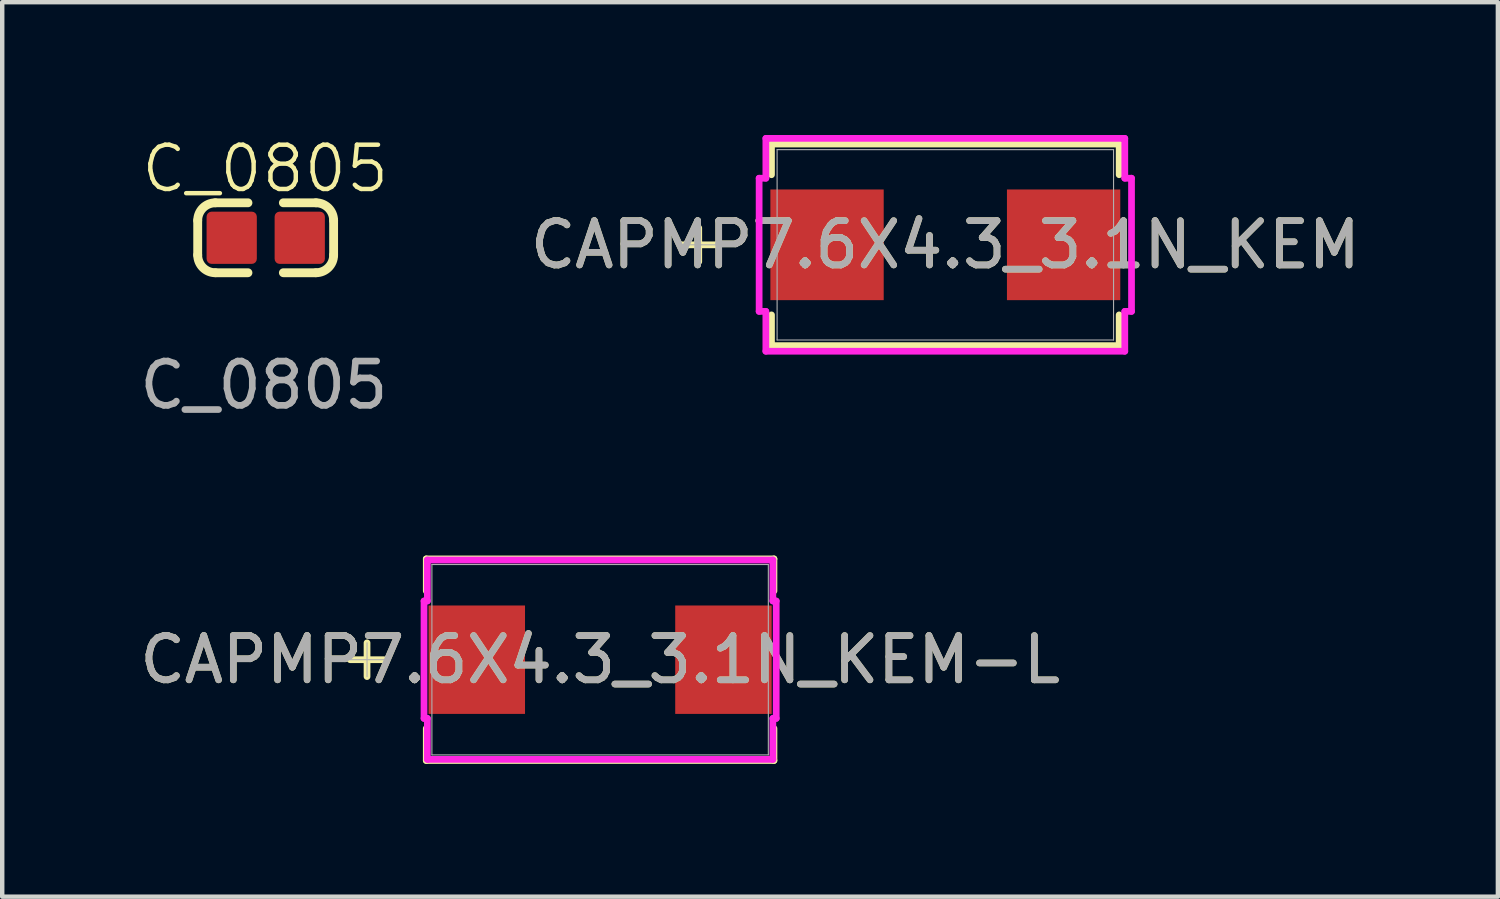
<source format=kicad_pcb>
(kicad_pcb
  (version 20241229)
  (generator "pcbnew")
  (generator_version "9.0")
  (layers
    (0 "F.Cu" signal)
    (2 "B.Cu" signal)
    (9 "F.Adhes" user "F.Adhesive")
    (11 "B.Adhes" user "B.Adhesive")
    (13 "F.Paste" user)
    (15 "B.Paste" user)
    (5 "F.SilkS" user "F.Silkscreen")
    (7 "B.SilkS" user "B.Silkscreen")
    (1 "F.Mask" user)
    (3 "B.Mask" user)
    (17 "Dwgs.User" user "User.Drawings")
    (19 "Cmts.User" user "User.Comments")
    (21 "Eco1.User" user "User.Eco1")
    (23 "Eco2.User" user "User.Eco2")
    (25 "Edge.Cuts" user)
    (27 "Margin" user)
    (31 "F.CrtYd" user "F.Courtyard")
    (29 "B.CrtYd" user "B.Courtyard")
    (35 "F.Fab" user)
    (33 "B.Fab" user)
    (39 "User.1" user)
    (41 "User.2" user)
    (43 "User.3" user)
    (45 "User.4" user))
  (footprint "C_0805"
    (layer "F.Cu")
    (at 2.941 2.311)
    (property "Reference" "C_0805" (at 0 -1.55 0) (unlocked yes) (layer "F.SilkS") (effects (font (size 1 1) (thickness 0.1))))
    (attr smd)
    (fp_line (start -1.525 0.4) (end -1.525 -0.38) (stroke (width 0.2) (type solid)) (layer "F.SilkS"))
    (fp_line (start -0.39 -0.78) (end -1.125 -0.78) (stroke (width 0.2) (type solid)) (layer "F.SilkS"))
    (fp_line (start -0.39 0.8) (end -1.125 0.8) (stroke (width 0.2) (type solid)) (layer "F.SilkS"))
    (fp_line (start 1.145 -0.78) (end 0.41 -0.78) (stroke (width 0.2) (type solid)) (layer "F.SilkS"))
    (fp_line (start 1.145 0.8) (end 0.41 0.8) (stroke (width 0.2) (type solid)) (layer "F.SilkS"))
    (fp_line (start 1.545 0.4) (end 1.545 -0.38) (stroke (width 0.2) (type solid)) (layer "F.SilkS"))
    (fp_arc (start -1.525 -0.38) (mid -1.407843 -0.662843) (end -1.125 -0.78) (stroke (width 0.2) (type solid)) (layer "F.SilkS"))
    (fp_arc (start -1.125 0.8) (mid -1.407843 0.682843) (end -1.525 0.4) (stroke (width 0.2) (type solid)) (layer "F.SilkS"))
    (fp_arc (start 1.145 -0.78) (mid 1.427843 -0.662843) (end 1.545 -0.38) (stroke (width 0.2) (type solid)) (layer "F.SilkS"))
    (fp_arc (start 1.545 0.4) (mid 1.427843 0.682843) (end 1.145 0.8) (stroke (width 0.2) (type solid)) (layer "F.SilkS"))
    (fp_text user "${REFERENCE}" (at -0.03 3.34 0) (unlocked yes) (layer "F.Fab") (effects (font (size 1 1) (thickness 0.15))))
    (pad "1" smd roundrect (at -0.757 0.01) (size 1.135 1.18) (layers "F.Cu" "F.Mask" "F.Paste") (roundrect_rratio 0.1))
    (pad "2" smd roundrect (at 0.78 0.01) (size 1.135 1.18) (layers "F.Cu" "F.Mask" "F.Paste") (roundrect_rratio 0.1)))
  (footprint "CAPMP7.6X4.3_3.1N_KEM-L"
    (layer "F.Cu")
    (at 10.506 11.852)
    (property "Reference" "CAPMP7.6X4.3_3.1N_KEM-L" (at 0 0 0) (unlocked yes) (layer "F.SilkS") (effects (font (size 1 1) (thickness 0.15))))
    (attr smd)
    (fp_line (start -5.265 -0.381) (end -5.265 0.381) (stroke (width 0.152) (type solid)) (layer "F.SilkS"))
    (fp_line (start -4.884 0) (end -5.646 0) (stroke (width 0.152) (type solid)) (layer "F.SilkS"))
    (fp_line (start -3.927 -2.277) (end -3.927 -1.553) (stroke (width 0.152) (type solid)) (layer "F.SilkS"))
    (fp_line (start -3.927 1.553) (end -3.927 2.277) (stroke (width 0.152) (type solid)) (layer "F.SilkS"))
    (fp_line (start -3.927 2.277) (end 3.927 2.277) (stroke (width 0.152) (type solid)) (layer "F.SilkS"))
    (fp_line (start 3.927 -2.277) (end -3.927 -2.277) (stroke (width 0.152) (type solid)) (layer "F.SilkS"))
    (fp_line (start 3.927 -1.553) (end 3.927 -2.277) (stroke (width 0.152) (type solid)) (layer "F.SilkS"))
    (fp_line (start 3.927 2.277) (end 3.927 1.553) (stroke (width 0.152) (type solid)) (layer "F.SilkS"))
    (fp_line (start -3.978 -1.326) (end -3.902 -1.326) (stroke (width 0.152) (type solid)) (layer "F.CrtYd"))
    (fp_line (start -3.978 1.326) (end -3.978 -1.326) (stroke (width 0.152) (type solid)) (layer "F.CrtYd"))
    (fp_line (start -3.902 -2.252) (end 3.902 -2.252) (stroke (width 0.152) (type solid)) (layer "F.CrtYd"))
    (fp_line (start -3.902 -1.326) (end -3.902 -2.252) (stroke (width 0.152) (type solid)) (layer "F.CrtYd"))
    (fp_line (start -3.902 1.326) (end -3.978 1.326) (stroke (width 0.152) (type solid)) (layer "F.CrtYd"))
    (fp_line (start -3.902 2.252) (end -3.902 1.326) (stroke (width 0.152) (type solid)) (layer "F.CrtYd"))
    (fp_line (start 3.902 -2.252) (end 3.902 -1.326) (stroke (width 0.152) (type solid)) (layer "F.CrtYd"))
    (fp_line (start 3.902 -1.326) (end 3.978 -1.326) (stroke (width 0.152) (type solid)) (layer "F.CrtYd"))
    (fp_line (start 3.902 1.326) (end 3.902 2.252) (stroke (width 0.152) (type solid)) (layer "F.CrtYd"))
    (fp_line (start 3.902 2.252) (end -3.902 2.252) (stroke (width 0.152) (type solid)) (layer "F.CrtYd"))
    (fp_line (start 3.978 -1.326) (end 3.978 1.326) (stroke (width 0.152) (type solid)) (layer "F.CrtYd"))
    (fp_line (start 3.978 1.326) (end 3.902 1.326) (stroke (width 0.152) (type solid)) (layer "F.CrtYd"))
    (fp_line (start -5.265 -0.381) (end -5.265 0.381) (stroke (width 0.025) (type solid)) (layer "F.Fab"))
    (fp_line (start -4.884 0) (end -5.646 0) (stroke (width 0.025) (type solid)) (layer "F.Fab"))
    (fp_line (start -3.8 -2.15) (end -3.8 2.15) (stroke (width 0.025) (type solid)) (layer "F.Fab"))
    (fp_line (start -3.8 2.15) (end 3.8 2.15) (stroke (width 0.025) (type solid)) (layer "F.Fab"))
    (fp_line (start 3.8 -2.15) (end -3.8 -2.15) (stroke (width 0.025) (type solid)) (layer "F.Fab"))
    (fp_line (start 3.8 2.15) (end 3.8 -2.15) (stroke (width 0.025) (type solid)) (layer "F.Fab"))
    (fp_text user "${REFERENCE}" (at 0 0 0) (unlocked yes) (layer "F.Fab") (effects (font (size 1 1) (thickness 0.15))))
    (pad "1" smd rect (at -2.786 0 90) (size 2.449 2.179) (layers "F.Cu" "F.Mask" "F.Paste"))
    (pad "2" smd rect (at 2.786 0 90) (size 2.449 2.179) (layers "F.Cu" "F.Mask" "F.Paste"))
    (zone (net_name "") (layer "F.Cu") (hatch full 0.508) (connect_pads) (min_thickness 0.254) (filled_areas_thickness no) (keepout (tracks not_allowed) (vias not_allowed) (pads allowed) (copperpour not_allowed) (footprints allowed)) (placement (enabled no)) (fill) (polygon (pts (xy 6.757 9.753) (xy 14.255 9.753) (xy 14.255 10.551) (xy 6.757 10.551))))
    (zone (net_name "") (layer "F.Cu") (hatch full 0.508) (connect_pads) (min_thickness 0.254) (filled_areas_thickness no) (keepout (tracks not_allowed) (vias not_allowed) (pads allowed) (copperpour not_allowed) (footprints allowed)) (placement (enabled no)) (fill) (polygon (pts (xy 6.757 13.153) (xy 14.255 13.153) (xy 14.255 13.951) (xy 6.757 13.951))))
    (zone (net_name "") (layer "F.Cu") (hatch full 0.508) (connect_pads) (min_thickness 0.254) (filled_areas_thickness no) (keepout (tracks not_allowed) (vias not_allowed) (pads allowed) (copperpour not_allowed) (footprints allowed)) (placement (enabled no)) (fill) (polygon (pts (xy 8.56 10.551) (xy 12.452 10.551) (xy 12.452 13.153) (xy 8.56 13.153)))))
  (footprint "CAPMP7.6X4.3_3.1N_KEM"
    (layer "F.Cu")
    (at 18.304 2.48)
    (property "Reference" "CAPMP7.6X4.3_3.1N_KEM" (at 0 0 0) (unlocked yes) (layer "F.SilkS") (effects (font (size 1 1) (thickness 0.15))))
    (attr smd)
    (fp_line (start -5.57 -0.381) (end -5.57 0.381) (stroke (width 0.152) (type solid)) (layer "F.SilkS"))
    (fp_line (start -5.189 0) (end -5.951 0) (stroke (width 0.152) (type solid)) (layer "F.SilkS"))
    (fp_line (start -3.927 -2.277) (end -3.927 -1.583) (stroke (width 0.152) (type solid)) (layer "F.SilkS"))
    (fp_line (start -3.927 1.583) (end -3.927 2.277) (stroke (width 0.152) (type solid)) (layer "F.SilkS"))
    (fp_line (start -3.927 2.277) (end 3.927 2.277) (stroke (width 0.152) (type solid)) (layer "F.SilkS"))
    (fp_line (start 3.927 -2.277) (end -3.927 -2.277) (stroke (width 0.152) (type solid)) (layer "F.SilkS"))
    (fp_line (start 3.927 -1.583) (end 3.927 -2.277) (stroke (width 0.152) (type solid)) (layer "F.SilkS"))
    (fp_line (start 3.927 2.277) (end 3.927 1.583) (stroke (width 0.152) (type solid)) (layer "F.SilkS"))
    (fp_line (start -4.206 -1.504) (end -4.054 -1.504) (stroke (width 0.152) (type solid)) (layer "F.CrtYd"))
    (fp_line (start -4.206 1.504) (end -4.206 -1.504) (stroke (width 0.152) (type solid)) (layer "F.CrtYd"))
    (fp_line (start -4.054 -2.404) (end 4.054 -2.404) (stroke (width 0.152) (type solid)) (layer "F.CrtYd"))
    (fp_line (start -4.054 -1.504) (end -4.054 -2.404) (stroke (width 0.152) (type solid)) (layer "F.CrtYd"))
    (fp_line (start -4.054 1.504) (end -4.206 1.504) (stroke (width 0.152) (type solid)) (layer "F.CrtYd"))
    (fp_line (start -4.054 2.404) (end -4.054 1.504) (stroke (width 0.152) (type solid)) (layer "F.CrtYd"))
    (fp_line (start 4.054 -2.404) (end 4.054 -1.504) (stroke (width 0.152) (type solid)) (layer "F.CrtYd"))
    (fp_line (start 4.054 -1.504) (end 4.206 -1.504) (stroke (width 0.152) (type solid)) (layer "F.CrtYd"))
    (fp_line (start 4.054 1.504) (end 4.054 2.404) (stroke (width 0.152) (type solid)) (layer "F.CrtYd"))
    (fp_line (start 4.054 2.404) (end -4.054 2.404) (stroke (width 0.152) (type solid)) (layer "F.CrtYd"))
    (fp_line (start 4.206 -1.504) (end 4.206 1.504) (stroke (width 0.152) (type solid)) (layer "F.CrtYd"))
    (fp_line (start 4.206 1.504) (end 4.054 1.504) (stroke (width 0.152) (type solid)) (layer "F.CrtYd"))
    (fp_line (start -5.57 -0.381) (end -5.57 0.381) (stroke (width 0.025) (type solid)) (layer "F.Fab"))
    (fp_line (start -5.189 0) (end -5.951 0) (stroke (width 0.025) (type solid)) (layer "F.Fab"))
    (fp_line (start -3.8 -2.15) (end -3.8 2.15) (stroke (width 0.025) (type solid)) (layer "F.Fab"))
    (fp_line (start -3.8 2.15) (end 3.8 2.15) (stroke (width 0.025) (type solid)) (layer "F.Fab"))
    (fp_line (start 3.8 -2.15) (end -3.8 -2.15) (stroke (width 0.025) (type solid)) (layer "F.Fab"))
    (fp_line (start 3.8 2.15) (end 3.8 -2.15) (stroke (width 0.025) (type solid)) (layer "F.Fab"))
    (fp_text user "${REFERENCE}" (at 0 0 0) (unlocked yes) (layer "F.Fab") (effects (font (size 1 1) (thickness 0.15))))
    (pad "1" smd rect (at -2.672 0 90) (size 2.5 2.56) (layers "F.Cu" "F.Mask" "F.Paste"))
    (pad "2" smd rect (at 2.672 0 90) (size 2.5 2.56) (layers "F.Cu" "F.Mask" "F.Paste")))
  (gr_rect
    (start -3 -3)
    (end 30.786 17.205)
    (stroke (width 0.1) (type default))
    (fill no)
    (layer "Edge.Cuts")))
</source>
